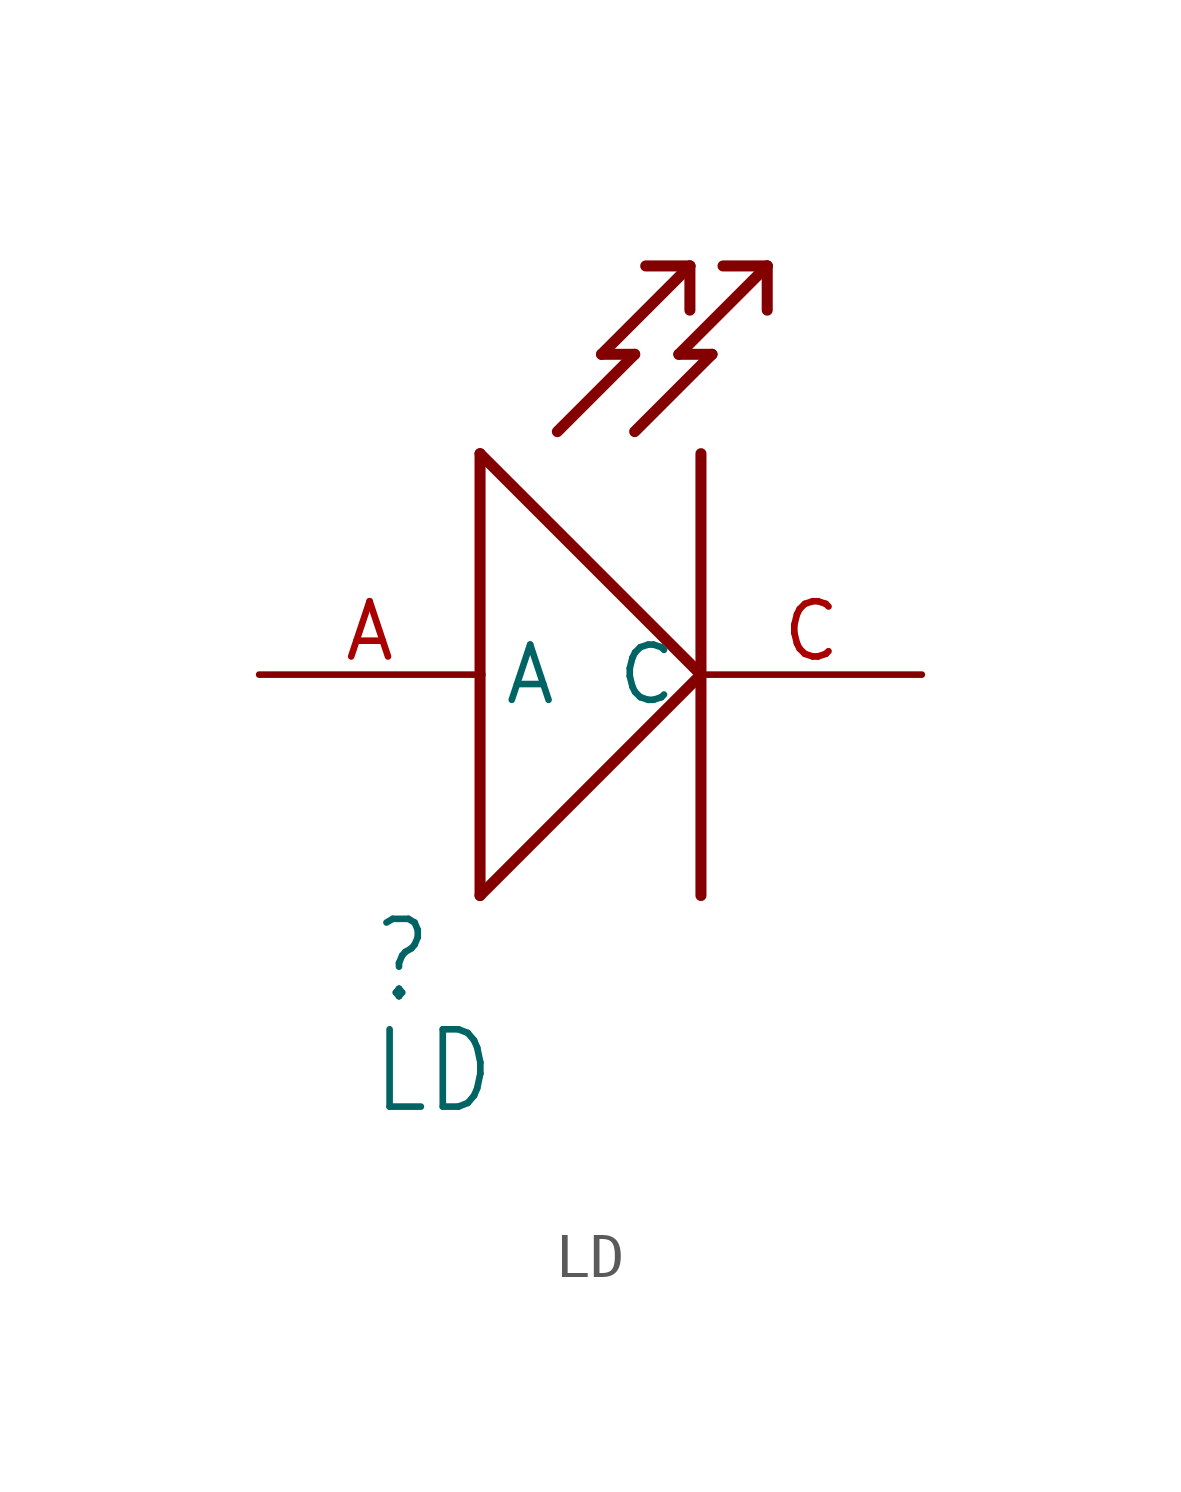
<source format=kicad_sym>
(kicad_symbol_lib
  (version 20211014)
  (generator kicad_symbol_editor)
  (symbol "LD"
    (property "Reference" ""
      (at -5.08 -7.62 0)
      (effects (font (size 1.778 1.511)) (justify left bottom)))
    (property "Value" "LD"
      (at -5.08 -10.16 0)
      (effects (font (size 1.778 1.511)) (justify left bottom)))
    (property "ki_locked" ""
      (at 0 0 0)
      (effects (font (size 1.27 1.27))))
    (symbol "LD_1_0"
      (polyline (pts (xy -2.54 -5.08) (xy -2.54 0)) (stroke (width 0.254) (type default) (color 0 0 0 0)) (fill (type none)))
      (polyline (pts (xy -2.54 0) (xy -2.54 5.08)) (stroke (width 0.254) (type default) (color 0 0 0 0)) (fill (type none)))
      (polyline (pts (xy -2.54 5.08) (xy 2.54 0)) (stroke (width 0.254) (type default) (color 0 0 0 0)) (fill (type none)))
      (polyline (pts (xy -0.762 5.588) (xy 1.016 7.366)) (stroke (width 0.254) (type default) (color 0 0 0 0)) (fill (type none)))
      (polyline (pts (xy 0.254 7.366) (xy 2.286 9.398)) (stroke (width 0.254) (type default) (color 0 0 0 0)) (fill (type none)))
      (polyline (pts (xy 1.016 5.588) (xy 2.794 7.366)) (stroke (width 0.254) (type default) (color 0 0 0 0)) (fill (type none)))
      (polyline (pts (xy 1.016 7.366) (xy 0.254 7.366)) (stroke (width 0.254) (type default) (color 0 0 0 0)) (fill (type none)))
      (polyline (pts (xy 2.032 7.366) (xy 4.064 9.398)) (stroke (width 0.254) (type default) (color 0 0 0 0)) (fill (type none)))
      (polyline (pts (xy 2.286 9.398) (xy 1.27 9.398)) (stroke (width 0.254) (type default) (color 0 0 0 0)) (fill (type none)))
      (polyline (pts (xy 2.286 9.398) (xy 2.286 8.382)) (stroke (width 0.254) (type default) (color 0 0 0 0)) (fill (type none)))
      (polyline (pts (xy 2.54 0) (xy -2.54 -5.08)) (stroke (width 0.254) (type default) (color 0 0 0 0)) (fill (type none)))
      (polyline (pts (xy 2.54 5.08) (xy 2.54 -5.08)) (stroke (width 0.254) (type default) (color 0 0 0 0)) (fill (type none)))
      (polyline (pts (xy 2.794 7.366) (xy 2.032 7.366)) (stroke (width 0.254) (type default) (color 0 0 0 0)) (fill (type none)))
      (polyline (pts (xy 4.064 9.398) (xy 3.048 9.398)) (stroke (width 0.254) (type default) (color 0 0 0 0)) (fill (type none)))
      (polyline (pts (xy 4.064 9.398) (xy 4.064 8.382)) (stroke (width 0.254) (type default) (color 0 0 0 0)) (fill (type none)))
      (pin passive line (at -7.62 0 0) (length 5.08) (name "A" (effects (font (size 1.27 1.27)))) (number "A" (effects (font (size 1.27 1.27)))))
      (pin passive line (at 7.62 0 180) (length 5.08) (name "C" (effects (font (size 1.27 1.27)))) (number "C" (effects (font (size 1.27 1.27))))))))
</source>
